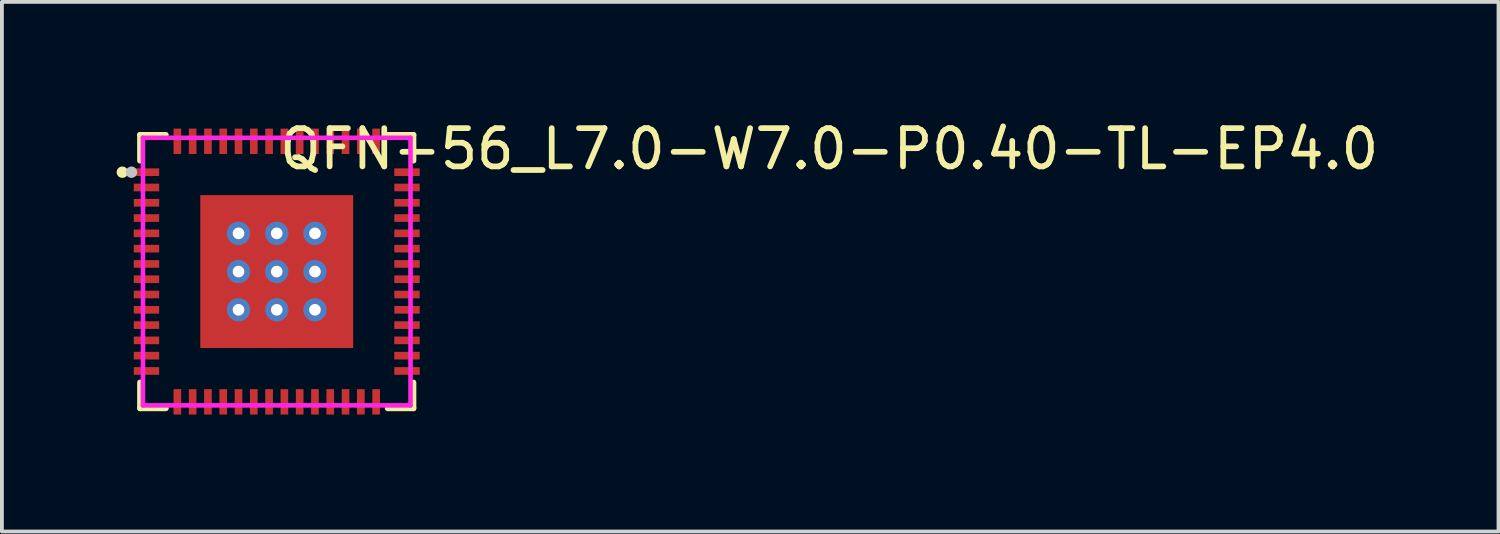
<source format=kicad_pcb>
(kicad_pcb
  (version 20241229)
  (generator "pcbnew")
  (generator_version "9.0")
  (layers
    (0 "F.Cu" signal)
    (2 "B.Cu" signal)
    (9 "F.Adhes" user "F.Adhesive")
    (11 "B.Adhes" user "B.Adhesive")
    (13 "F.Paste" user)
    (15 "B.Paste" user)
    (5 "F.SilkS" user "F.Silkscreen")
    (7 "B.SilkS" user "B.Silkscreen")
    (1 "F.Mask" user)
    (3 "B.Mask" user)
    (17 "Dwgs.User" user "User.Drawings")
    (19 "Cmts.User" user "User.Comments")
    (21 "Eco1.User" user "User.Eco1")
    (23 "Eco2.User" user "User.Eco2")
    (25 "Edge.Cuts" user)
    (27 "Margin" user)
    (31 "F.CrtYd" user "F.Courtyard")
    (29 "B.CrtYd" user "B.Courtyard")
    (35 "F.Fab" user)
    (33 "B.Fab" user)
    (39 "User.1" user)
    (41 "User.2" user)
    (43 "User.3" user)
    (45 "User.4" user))
  (footprint "QFN-56_L7.0-W7.0-P0.40-TL-EP4.0"
    (layer "F.Cu")
    (at 4.19 4.055)
    (property "Reference" "QFN-56_L7.0-W7.0-P0.40-TL-EP4.0" (at 0 -3.207 0) (layer "F.SilkS") (effects (font (size 1 1) (thickness 0.15)) (justify left)))
    (attr through_hole)
    (fp_line (start -3.576 -3.576) (end -3.576 -2.903) (stroke (width 0.152) (type solid)) (layer "F.SilkS"))
    (fp_line (start -3.576 3.576) (end -3.576 2.902) (stroke (width 0.152) (type solid)) (layer "F.SilkS"))
    (fp_line (start -2.902 -3.576) (end -3.576 -3.576) (stroke (width 0.152) (type solid)) (layer "F.SilkS"))
    (fp_line (start -2.902 3.576) (end -3.576 3.576) (stroke (width 0.152) (type solid)) (layer "F.SilkS"))
    (fp_line (start 2.903 -3.576) (end 3.576 -3.576) (stroke (width 0.152) (type solid)) (layer "F.SilkS"))
    (fp_line (start 2.903 3.576) (end 3.576 3.576) (stroke (width 0.152) (type solid)) (layer "F.SilkS"))
    (fp_line (start 3.576 -3.576) (end 3.576 -2.903) (stroke (width 0.152) (type solid)) (layer "F.SilkS"))
    (fp_line (start 3.576 3.576) (end 3.576 2.902) (stroke (width 0.152) (type solid)) (layer "F.SilkS"))
    (fp_circle (center -4.04 -2.6) (end -3.965 -2.6) (stroke (width 0.15) (type solid)) (fill no) (layer "F.SilkS"))
    (fp_poly (pts (xy -3.74 -2.7) (xy -3.74 -2.5) (xy -3.075 -2.5) (xy -3.075 -2.7)) (stroke (width 0.12) (type solid)) (fill yes) (layer "F.Paste"))
    (fp_poly (pts (xy -3.74 -2.3) (xy -3.74 -2.1) (xy -3.075 -2.1) (xy -3.075 -2.3)) (stroke (width 0.12) (type solid)) (fill yes) (layer "F.Paste"))
    (fp_poly (pts (xy -3.74 -1.9) (xy -3.74 -1.7) (xy -3.075 -1.7) (xy -3.075 -1.9)) (stroke (width 0.12) (type solid)) (fill yes) (layer "F.Paste"))
    (fp_poly (pts (xy -3.74 -1.1) (xy -3.74 -0.9) (xy -3.075 -0.9) (xy -3.075 -1.1)) (stroke (width 0.12) (type solid)) (fill yes) (layer "F.Paste"))
    (fp_poly (pts (xy -3.74 -0.7) (xy -3.74 -0.5) (xy -3.075 -0.5) (xy -3.075 -0.7)) (stroke (width 0.12) (type solid)) (fill yes) (layer "F.Paste"))
    (fp_poly (pts (xy -3.74 -0.3) (xy -3.74 -0.1) (xy -3.075 -0.1) (xy -3.075 -0.3)) (stroke (width 0.12) (type solid)) (fill yes) (layer "F.Paste"))
    (fp_poly (pts (xy -3.74 0.1) (xy -3.74 0.3) (xy -3.075 0.3) (xy -3.075 0.1)) (stroke (width 0.12) (type solid)) (fill yes) (layer "F.Paste"))
    (fp_poly (pts (xy -3.74 0.5) (xy -3.74 0.7) (xy -3.075 0.7) (xy -3.075 0.5)) (stroke (width 0.12) (type solid)) (fill yes) (layer "F.Paste"))
    (fp_poly (pts (xy -3.74 0.9) (xy -3.74 1.1) (xy -3.075 1.1) (xy -3.075 0.9)) (stroke (width 0.12) (type solid)) (fill yes) (layer "F.Paste"))
    (fp_poly (pts (xy -3.74 1.7) (xy -3.74 1.9) (xy -3.075 1.9) (xy -3.075 1.7)) (stroke (width 0.12) (type solid)) (fill yes) (layer "F.Paste"))
    (fp_poly (pts (xy -3.74 2.1) (xy -3.74 2.3) (xy -3.075 2.3) (xy -3.075 2.1)) (stroke (width 0.12) (type solid)) (fill yes) (layer "F.Paste"))
    (fp_poly (pts (xy -3.74 2.5) (xy -3.74 2.7) (xy -3.075 2.7) (xy -3.075 2.5)) (stroke (width 0.12) (type solid)) (fill yes) (layer "F.Paste"))
    (fp_poly (pts (xy -3.075 -1.3) (xy -3.075 -1.5) (xy -3.74 -1.5) (xy -3.74 -1.3)) (stroke (width 0.12) (type solid)) (fill yes) (layer "F.Paste"))
    (fp_poly (pts (xy -3.075 1.5) (xy -3.075 1.3) (xy -3.74 1.3) (xy -3.74 1.5)) (stroke (width 0.12) (type solid)) (fill yes) (layer "F.Paste"))
    (fp_poly (pts (xy -2.7 3.075) (xy -2.7 3.74) (xy -2.5 3.74) (xy -2.5 3.075)) (stroke (width 0.12) (type solid)) (fill yes) (layer "F.Paste"))
    (fp_poly (pts (xy -2.5 -3.075) (xy -2.5 -3.74) (xy -2.7 -3.74) (xy -2.7 -3.075)) (stroke (width 0.12) (type solid)) (fill yes) (layer "F.Paste"))
    (fp_poly (pts (xy -2.3 3.075) (xy -2.3 3.74) (xy -2.1 3.74) (xy -2.1 3.075)) (stroke (width 0.12) (type solid)) (fill yes) (layer "F.Paste"))
    (fp_poly (pts (xy -2.1 -3.075) (xy -2.1 -3.74) (xy -2.3 -3.74) (xy -2.3 -3.075)) (stroke (width 0.12) (type solid)) (fill yes) (layer "F.Paste"))
    (fp_poly (pts (xy -1.7 -3.075) (xy -1.7 -3.74) (xy -1.9 -3.74) (xy -1.9 -3.075)) (stroke (width 0.12) (type solid)) (fill yes) (layer "F.Paste"))
    (fp_poly (pts (xy -1.7 3.74) (xy -1.7 3.075) (xy -1.9 3.075) (xy -1.9 3.74)) (stroke (width 0.12) (type solid)) (fill yes) (layer "F.Paste"))
    (fp_poly (pts (xy -1.6 -1.6) (xy 1.6 -1.6) (xy 1.6 1.6) (xy -1.6 1.6)) (stroke (width 0.12) (type solid)) (fill yes) (layer "F.Paste"))
    (fp_poly (pts (xy -1.3 -3.075) (xy -1.3 -3.74) (xy -1.5 -3.74) (xy -1.5 -3.075)) (stroke (width 0.12) (type solid)) (fill yes) (layer "F.Paste"))
    (fp_poly (pts (xy -1.3 3.74) (xy -1.3 3.075) (xy -1.5 3.075) (xy -1.5 3.74)) (stroke (width 0.12) (type solid)) (fill yes) (layer "F.Paste"))
    (fp_poly (pts (xy -0.9 -3.075) (xy -0.9 -3.74) (xy -1.1 -3.74) (xy -1.1 -3.075)) (stroke (width 0.12) (type solid)) (fill yes) (layer "F.Paste"))
    (fp_poly (pts (xy -0.9 3.74) (xy -0.9 3.075) (xy -1.1 3.075) (xy -1.1 3.74)) (stroke (width 0.12) (type solid)) (fill yes) (layer "F.Paste"))
    (fp_poly (pts (xy -0.7 -3.74) (xy -0.7 -3.075) (xy -0.5 -3.075) (xy -0.5 -3.74)) (stroke (width 0.12) (type solid)) (fill yes) (layer "F.Paste"))
    (fp_poly (pts (xy -0.5 3.74) (xy -0.5 3.075) (xy -0.7 3.075) (xy -0.7 3.74)) (stroke (width 0.12) (type solid)) (fill yes) (layer "F.Paste"))
    (fp_poly (pts (xy -0.3 -3.74) (xy -0.3 -3.075) (xy -0.1 -3.075) (xy -0.1 -3.74)) (stroke (width 0.12) (type solid)) (fill yes) (layer "F.Paste"))
    (fp_poly (pts (xy -0.1 3.74) (xy -0.1 3.075) (xy -0.3 3.075) (xy -0.3 3.74)) (stroke (width 0.12) (type solid)) (fill yes) (layer "F.Paste"))
    (fp_poly (pts (xy 0.1 3.075) (xy 0.1 3.74) (xy 0.3 3.74) (xy 0.3 3.075)) (stroke (width 0.12) (type solid)) (fill yes) (layer "F.Paste"))
    (fp_poly (pts (xy 0.3 -3.075) (xy 0.3 -3.74) (xy 0.1 -3.74) (xy 0.1 -3.075)) (stroke (width 0.12) (type solid)) (fill yes) (layer "F.Paste"))
    (fp_poly (pts (xy 0.5 3.075) (xy 0.5 3.74) (xy 0.7 3.74) (xy 0.7 3.075)) (stroke (width 0.12) (type solid)) (fill yes) (layer "F.Paste"))
    (fp_poly (pts (xy 0.7 -3.075) (xy 0.7 -3.74) (xy 0.5 -3.74) (xy 0.5 -3.075)) (stroke (width 0.12) (type solid)) (fill yes) (layer "F.Paste"))
    (fp_poly (pts (xy 1.1 -3.075) (xy 1.1 -3.74) (xy 0.9 -3.74) (xy 0.9 -3.075)) (stroke (width 0.12) (type solid)) (fill yes) (layer "F.Paste"))
    (fp_poly (pts (xy 1.1 3.74) (xy 1.1 3.075) (xy 0.9 3.075) (xy 0.9 3.74)) (stroke (width 0.12) (type solid)) (fill yes) (layer "F.Paste"))
    (fp_poly (pts (xy 1.5 -3.075) (xy 1.5 -3.74) (xy 1.3 -3.74) (xy 1.3 -3.075)) (stroke (width 0.12) (type solid)) (fill yes) (layer "F.Paste"))
    (fp_poly (pts (xy 1.5 3.74) (xy 1.5 3.075) (xy 1.3 3.075) (xy 1.3 3.74)) (stroke (width 0.12) (type solid)) (fill yes) (layer "F.Paste"))
    (fp_poly (pts (xy 1.9 -3.075) (xy 1.9 -3.74) (xy 1.7 -3.74) (xy 1.7 -3.075)) (stroke (width 0.12) (type solid)) (fill yes) (layer "F.Paste"))
    (fp_poly (pts (xy 1.9 3.74) (xy 1.9 3.075) (xy 1.7 3.075) (xy 1.7 3.74)) (stroke (width 0.12) (type solid)) (fill yes) (layer "F.Paste"))
    (fp_poly (pts (xy 2.1 -3.74) (xy 2.1 -3.075) (xy 2.3 -3.075) (xy 2.3 -3.74)) (stroke (width 0.12) (type solid)) (fill yes) (layer "F.Paste"))
    (fp_poly (pts (xy 2.3 3.74) (xy 2.3 3.075) (xy 2.1 3.075) (xy 2.1 3.74)) (stroke (width 0.12) (type solid)) (fill yes) (layer "F.Paste"))
    (fp_poly (pts (xy 2.5 -3.74) (xy 2.5 -3.075) (xy 2.7 -3.075) (xy 2.7 -3.74)) (stroke (width 0.12) (type solid)) (fill yes) (layer "F.Paste"))
    (fp_poly (pts (xy 2.7 3.74) (xy 2.7 3.075) (xy 2.5 3.075) (xy 2.5 3.74)) (stroke (width 0.12) (type solid)) (fill yes) (layer "F.Paste"))
    (fp_poly (pts (xy 3.74 -2.5) (xy 3.74 -2.7) (xy 3.075 -2.7) (xy 3.075 -2.5)) (stroke (width 0.12) (type solid)) (fill yes) (layer "F.Paste"))
    (fp_poly (pts (xy 3.74 -2.1) (xy 3.74 -2.3) (xy 3.075 -2.3) (xy 3.075 -2.1)) (stroke (width 0.12) (type solid)) (fill yes) (layer "F.Paste"))
    (fp_poly (pts (xy 3.74 -1.7) (xy 3.74 -1.9) (xy 3.075 -1.9) (xy 3.075 -1.7)) (stroke (width 0.12) (type solid)) (fill yes) (layer "F.Paste"))
    (fp_poly (pts (xy 3.74 -1.3) (xy 3.74 -1.5) (xy 3.075 -1.5) (xy 3.075 -1.3)) (stroke (width 0.12) (type solid)) (fill yes) (layer "F.Paste"))
    (fp_poly (pts (xy 3.74 -0.9) (xy 3.74 -1.1) (xy 3.075 -1.1) (xy 3.075 -0.9)) (stroke (width 0.12) (type solid)) (fill yes) (layer "F.Paste"))
    (fp_poly (pts (xy 3.74 -0.5) (xy 3.74 -0.7) (xy 3.075 -0.7) (xy 3.075 -0.5)) (stroke (width 0.12) (type solid)) (fill yes) (layer "F.Paste"))
    (fp_poly (pts (xy 3.74 -0.1) (xy 3.74 -0.3) (xy 3.075 -0.3) (xy 3.075 -0.1)) (stroke (width 0.12) (type solid)) (fill yes) (layer "F.Paste"))
    (fp_poly (pts (xy 3.74 0.3) (xy 3.74 0.1) (xy 3.075 0.1) (xy 3.075 0.3)) (stroke (width 0.12) (type solid)) (fill yes) (layer "F.Paste"))
    (fp_poly (pts (xy 3.74 0.7) (xy 3.74 0.5) (xy 3.075 0.5) (xy 3.075 0.7)) (stroke (width 0.12) (type solid)) (fill yes) (layer "F.Paste"))
    (fp_poly (pts (xy 3.74 1.1) (xy 3.74 0.9) (xy 3.075 0.9) (xy 3.075 1.1)) (stroke (width 0.12) (type solid)) (fill yes) (layer "F.Paste"))
    (fp_poly (pts (xy 3.74 1.5) (xy 3.74 1.3) (xy 3.075 1.3) (xy 3.075 1.5)) (stroke (width 0.12) (type solid)) (fill yes) (layer "F.Paste"))
    (fp_poly (pts (xy 3.74 1.9) (xy 3.74 1.7) (xy 3.075 1.7) (xy 3.075 1.9)) (stroke (width 0.12) (type solid)) (fill yes) (layer "F.Paste"))
    (fp_poly (pts (xy 3.74 2.3) (xy 3.74 2.1) (xy 3.075 2.1) (xy 3.075 2.3)) (stroke (width 0.12) (type solid)) (fill yes) (layer "F.Paste"))
    (fp_poly (pts (xy 3.74 2.7) (xy 3.74 2.5) (xy 3.075 2.5) (xy 3.075 2.7)) (stroke (width 0.12) (type solid)) (fill yes) (layer "F.Paste"))
    (fp_circle (center -3.8 -2.6) (end -3.725 -2.6) (stroke (width 0.15) (type solid)) (fill no) (layer "Dwgs.User"))
    (fp_circle (center -3.5 -3.5) (end -3.47 -3.5) (stroke (width 0.06) (type solid)) (fill no) (layer "Eco2.User"))
    (fp_poly (pts (xy -3.5 -2.7) (xy -3.1 -2.7) (xy -3.1 -2.5) (xy -3.5 -2.5)) (stroke (width 0.12) (type solid)) (fill no) (layer "Eco2.User"))
    (fp_poly (pts (xy -3.5 -2.3) (xy -3.1 -2.3) (xy -3.1 -2.1) (xy -3.5 -2.1)) (stroke (width 0.12) (type solid)) (fill no) (layer "Eco2.User"))
    (fp_poly (pts (xy -3.5 -1.9) (xy -3.1 -1.9) (xy -3.1 -1.7) (xy -3.5 -1.7)) (stroke (width 0.12) (type solid)) (fill no) (layer "Eco2.User"))
    (fp_poly (pts (xy -3.5 -1.5) (xy -3.1 -1.5) (xy -3.1 -1.3) (xy -3.5 -1.3)) (stroke (width 0.12) (type solid)) (fill no) (layer "Eco2.User"))
    (fp_poly (pts (xy -3.5 -1.1) (xy -3.1 -1.1) (xy -3.1 -0.9) (xy -3.5 -0.9)) (stroke (width 0.12) (type solid)) (fill no) (layer "Eco2.User"))
    (fp_poly (pts (xy -3.5 -0.7) (xy -3.1 -0.7) (xy -3.1 -0.5) (xy -3.5 -0.5)) (stroke (width 0.12) (type solid)) (fill no) (layer "Eco2.User"))
    (fp_poly (pts (xy -3.5 -0.3) (xy -3.1 -0.3) (xy -3.1 -0.1) (xy -3.5 -0.1)) (stroke (width 0.12) (type solid)) (fill no) (layer "Eco2.User"))
    (fp_poly (pts (xy -3.5 0.1) (xy -3.1 0.1) (xy -3.1 0.3) (xy -3.5 0.3)) (stroke (width 0.12) (type solid)) (fill no) (layer "Eco2.User"))
    (fp_poly (pts (xy -3.5 0.5) (xy -3.1 0.5) (xy -3.1 0.7) (xy -3.5 0.7)) (stroke (width 0.12) (type solid)) (fill no) (layer "Eco2.User"))
    (fp_poly (pts (xy -3.5 0.9) (xy -3.1 0.9) (xy -3.1 1.1) (xy -3.5 1.1)) (stroke (width 0.12) (type solid)) (fill no) (layer "Eco2.User"))
    (fp_poly (pts (xy -3.5 1.3) (xy -3.1 1.3) (xy -3.1 1.5) (xy -3.5 1.5)) (stroke (width 0.12) (type solid)) (fill no) (layer "Eco2.User"))
    (fp_poly (pts (xy -3.5 1.7) (xy -3.1 1.7) (xy -3.1 1.9) (xy -3.5 1.9)) (stroke (width 0.12) (type solid)) (fill no) (layer "Eco2.User"))
    (fp_poly (pts (xy -3.5 2.1) (xy -3.1 2.1) (xy -3.1 2.3) (xy -3.5 2.3)) (stroke (width 0.12) (type solid)) (fill no) (layer "Eco2.User"))
    (fp_poly (pts (xy -3.5 2.5) (xy -3.1 2.5) (xy -3.1 2.7) (xy -3.5 2.7)) (stroke (width 0.12) (type solid)) (fill no) (layer "Eco2.User"))
    (fp_poly (pts (xy -2.7 -3.1) (xy -2.5 -3.1) (xy -2.5 -3.5) (xy -2.7 -3.5)) (stroke (width 0.12) (type solid)) (fill no) (layer "Eco2.User"))
    (fp_poly (pts (xy -2.7 3.1) (xy -2.5 3.1) (xy -2.5 3.5) (xy -2.7 3.5)) (stroke (width 0.12) (type solid)) (fill no) (layer "Eco2.User"))
    (fp_poly (pts (xy -2.3 -3.1) (xy -2.1 -3.1) (xy -2.1 -3.5) (xy -2.3 -3.5)) (stroke (width 0.12) (type solid)) (fill no) (layer "Eco2.User"))
    (fp_poly (pts (xy -2.3 3.1) (xy -2.1 3.1) (xy -2.1 3.5) (xy -2.3 3.5)) (stroke (width 0.12) (type solid)) (fill no) (layer "Eco2.User"))
    (fp_poly (pts (xy -2 -2) (xy 2 -2) (xy 2 2) (xy -2 2)) (stroke (width 0.12) (type solid)) (fill no) (layer "Eco2.User"))
    (fp_poly (pts (xy -1.9 -3.1) (xy -1.7 -3.1) (xy -1.7 -3.5) (xy -1.9 -3.5)) (stroke (width 0.12) (type solid)) (fill no) (layer "Eco2.User"))
    (fp_poly (pts (xy -1.9 3.1) (xy -1.7 3.1) (xy -1.7 3.5) (xy -1.9 3.5)) (stroke (width 0.12) (type solid)) (fill no) (layer "Eco2.User"))
    (fp_poly (pts (xy -1.5 -3.1) (xy -1.3 -3.1) (xy -1.3 -3.5) (xy -1.5 -3.5)) (stroke (width 0.12) (type solid)) (fill no) (layer "Eco2.User"))
    (fp_poly (pts (xy -1.5 3.1) (xy -1.3 3.1) (xy -1.3 3.5) (xy -1.5 3.5)) (stroke (width 0.12) (type solid)) (fill no) (layer "Eco2.User"))
    (fp_poly (pts (xy -1.1 -3.1) (xy -0.9 -3.1) (xy -0.9 -3.5) (xy -1.1 -3.5)) (stroke (width 0.12) (type solid)) (fill no) (layer "Eco2.User"))
    (fp_poly (pts (xy -1.1 3.1) (xy -0.9 3.1) (xy -0.9 3.5) (xy -1.1 3.5)) (stroke (width 0.12) (type solid)) (fill no) (layer "Eco2.User"))
    (fp_poly (pts (xy -0.7 -3.1) (xy -0.5 -3.1) (xy -0.5 -3.5) (xy -0.7 -3.5)) (stroke (width 0.12) (type solid)) (fill no) (layer "Eco2.User"))
    (fp_poly (pts (xy -0.7 3.1) (xy -0.5 3.1) (xy -0.5 3.5) (xy -0.7 3.5)) (stroke (width 0.12) (type solid)) (fill no) (layer "Eco2.User"))
    (fp_poly (pts (xy -0.3 -3.1) (xy -0.1 -3.1) (xy -0.1 -3.5) (xy -0.3 -3.5)) (stroke (width 0.12) (type solid)) (fill no) (layer "Eco2.User"))
    (fp_poly (pts (xy -0.3 3.1) (xy -0.1 3.1) (xy -0.1 3.5) (xy -0.3 3.5)) (stroke (width 0.12) (type solid)) (fill no) (layer "Eco2.User"))
    (fp_poly (pts (xy 0.1 -3.1) (xy 0.3 -3.1) (xy 0.3 -3.5) (xy 0.1 -3.5)) (stroke (width 0.12) (type solid)) (fill no) (layer "Eco2.User"))
    (fp_poly (pts (xy 0.1 3.1) (xy 0.3 3.1) (xy 0.3 3.5) (xy 0.1 3.5)) (stroke (width 0.12) (type solid)) (fill no) (layer "Eco2.User"))
    (fp_poly (pts (xy 0.5 -3.1) (xy 0.7 -3.1) (xy 0.7 -3.5) (xy 0.5 -3.5)) (stroke (width 0.12) (type solid)) (fill no) (layer "Eco2.User"))
    (fp_poly (pts (xy 0.5 3.1) (xy 0.7 3.1) (xy 0.7 3.5) (xy 0.5 3.5)) (stroke (width 0.12) (type solid)) (fill no) (layer "Eco2.User"))
    (fp_poly (pts (xy 0.9 -3.1) (xy 1.1 -3.1) (xy 1.1 -3.5) (xy 0.9 -3.5)) (stroke (width 0.12) (type solid)) (fill no) (layer "Eco2.User"))
    (fp_poly (pts (xy 0.9 3.1) (xy 1.1 3.1) (xy 1.1 3.5) (xy 0.9 3.5)) (stroke (width 0.12) (type solid)) (fill no) (layer "Eco2.User"))
    (fp_poly (pts (xy 1.3 -3.1) (xy 1.5 -3.1) (xy 1.5 -3.5) (xy 1.3 -3.5)) (stroke (width 0.12) (type solid)) (fill no) (layer "Eco2.User"))
    (fp_poly (pts (xy 1.3 3.1) (xy 1.5 3.1) (xy 1.5 3.5) (xy 1.3 3.5)) (stroke (width 0.12) (type solid)) (fill no) (layer "Eco2.User"))
    (fp_poly (pts (xy 1.7 -3.1) (xy 1.9 -3.1) (xy 1.9 -3.5) (xy 1.7 -3.5)) (stroke (width 0.12) (type solid)) (fill no) (layer "Eco2.User"))
    (fp_poly (pts (xy 1.7 3.1) (xy 1.9 3.1) (xy 1.9 3.5) (xy 1.7 3.5)) (stroke (width 0.12) (type solid)) (fill no) (layer "Eco2.User"))
    (fp_poly (pts (xy 2.1 -3.1) (xy 2.3 -3.1) (xy 2.3 -3.5) (xy 2.1 -3.5)) (stroke (width 0.12) (type solid)) (fill no) (layer "Eco2.User"))
    (fp_poly (pts (xy 2.1 3.1) (xy 2.3 3.1) (xy 2.3 3.5) (xy 2.1 3.5)) (stroke (width 0.12) (type solid)) (fill no) (layer "Eco2.User"))
    (fp_poly (pts (xy 2.5 -3.1) (xy 2.7 -3.1) (xy 2.7 -3.5) (xy 2.5 -3.5)) (stroke (width 0.12) (type solid)) (fill no) (layer "Eco2.User"))
    (fp_poly (pts (xy 2.5 3.1) (xy 2.7 3.1) (xy 2.7 3.5) (xy 2.5 3.5)) (stroke (width 0.12) (type solid)) (fill no) (layer "Eco2.User"))
    (fp_poly (pts (xy 3.5 -2.7) (xy 3.1 -2.7) (xy 3.1 -2.5) (xy 3.5 -2.5)) (stroke (width 0.12) (type solid)) (fill no) (layer "Eco2.User"))
    (fp_poly (pts (xy 3.5 -2.3) (xy 3.1 -2.3) (xy 3.1 -2.1) (xy 3.5 -2.1)) (stroke (width 0.12) (type solid)) (fill no) (layer "Eco2.User"))
    (fp_poly (pts (xy 3.5 -1.9) (xy 3.1 -1.9) (xy 3.1 -1.7) (xy 3.5 -1.7)) (stroke (width 0.12) (type solid)) (fill no) (layer "Eco2.User"))
    (fp_poly (pts (xy 3.5 -1.5) (xy 3.1 -1.5) (xy 3.1 -1.3) (xy 3.5 -1.3)) (stroke (width 0.12) (type solid)) (fill no) (layer "Eco2.User"))
    (fp_poly (pts (xy 3.5 -1.1) (xy 3.1 -1.1) (xy 3.1 -0.9) (xy 3.5 -0.9)) (stroke (width 0.12) (type solid)) (fill no) (layer "Eco2.User"))
    (fp_poly (pts (xy 3.5 -0.7) (xy 3.1 -0.7) (xy 3.1 -0.5) (xy 3.5 -0.5)) (stroke (width 0.12) (type solid)) (fill no) (layer "Eco2.User"))
    (fp_poly (pts (xy 3.5 -0.3) (xy 3.1 -0.3) (xy 3.1 -0.1) (xy 3.5 -0.1)) (stroke (width 0.12) (type solid)) (fill no) (layer "Eco2.User"))
    (fp_poly (pts (xy 3.5 0.1) (xy 3.1 0.1) (xy 3.1 0.3) (xy 3.5 0.3)) (stroke (width 0.12) (type solid)) (fill no) (layer "Eco2.User"))
    (fp_poly (pts (xy 3.5 0.5) (xy 3.1 0.5) (xy 3.1 0.7) (xy 3.5 0.7)) (stroke (width 0.12) (type solid)) (fill no) (layer "Eco2.User"))
    (fp_poly (pts (xy 3.5 0.9) (xy 3.1 0.9) (xy 3.1 1.1) (xy 3.5 1.1)) (stroke (width 0.12) (type solid)) (fill no) (layer "Eco2.User"))
    (fp_poly (pts (xy 3.5 1.3) (xy 3.1 1.3) (xy 3.1 1.5) (xy 3.5 1.5)) (stroke (width 0.12) (type solid)) (fill no) (layer "Eco2.User"))
    (fp_poly (pts (xy 3.5 1.7) (xy 3.1 1.7) (xy 3.1 1.9) (xy 3.5 1.9)) (stroke (width 0.12) (type solid)) (fill no) (layer "Eco2.User"))
    (fp_poly (pts (xy 3.5 2.1) (xy 3.1 2.1) (xy 3.1 2.3) (xy 3.5 2.3)) (stroke (width 0.12) (type solid)) (fill no) (layer "Eco2.User"))
    (fp_poly (pts (xy 3.5 2.5) (xy 3.1 2.5) (xy 3.1 2.7) (xy 3.5 2.7)) (stroke (width 0.12) (type solid)) (fill no) (layer "Eco2.User"))
    (fp_line (start -3.5 -3.5) (end 3.5 -3.5) (stroke (width 0.12) (type solid)) (layer "F.CrtYd"))
    (fp_line (start -3.5 3.5) (end -3.5 -3.5) (stroke (width 0.12) (type solid)) (layer "F.CrtYd"))
    (fp_line (start 3.5 -3.5) (end 3.5 3.5) (stroke (width 0.12) (type solid)) (layer "F.CrtYd"))
    (fp_line (start 3.5 3.5) (end -3.5 3.5) (stroke (width 0.12) (type solid)) (layer "F.CrtYd"))
    (pad "" thru_hole circle (at -1 -1) (size 0.61 0.61) (drill 0.304) (layers "*.Cu" "*.Mask"))
    (pad "" thru_hole circle (at -1 0) (size 0.61 0.61) (drill 0.304) (layers "*.Cu" "*.Mask"))
    (pad "" thru_hole circle (at -1 1) (size 0.61 0.61) (drill 0.304) (layers "*.Cu" "*.Mask"))
    (pad "" thru_hole circle (at 0 -1) (size 0.61 0.61) (drill 0.304) (layers "*.Cu" "*.Mask"))
    (pad "" thru_hole circle (at 0 0) (size 0.61 0.61) (drill 0.304) (layers "*.Cu" "*.Mask"))
    (pad "" thru_hole circle (at 0.001 1) (size 0.61 0.61) (drill 0.304) (layers "*.Cu" "*.Mask"))
    (pad "" thru_hole circle (at 1 -1) (size 0.61 0.61) (drill 0.304) (layers "*.Cu" "*.Mask"))
    (pad "" thru_hole circle (at 1 0) (size 0.61 0.61) (drill 0.304) (layers "*.Cu" "*.Mask"))
    (pad "" thru_hole circle (at 1 1) (size 0.61 0.61) (drill 0.304) (layers "*.Cu" "*.Mask"))
    (pad "1" smd rect (at -3.408 -2.6) (size 0.665 0.2) (layers "F.Cu" "F.Mask" "F.Paste"))
    (pad "2" smd rect (at -3.408 -2.2) (size 0.665 0.2) (layers "F.Cu" "F.Mask" "F.Paste"))
    (pad "3" smd rect (at -3.408 -1.8) (size 0.665 0.2) (layers "F.Cu" "F.Mask" "F.Paste"))
    (pad "4" smd rect (at -3.408 -1.4) (size 0.665 0.2) (layers "F.Cu" "F.Mask" "F.Paste"))
    (pad "5" smd rect (at -3.408 -1) (size 0.665 0.2) (layers "F.Cu" "F.Mask" "F.Paste"))
    (pad "6" smd rect (at -3.408 -0.6) (size 0.665 0.2) (layers "F.Cu" "F.Mask" "F.Paste"))
    (pad "7" smd rect (at -3.408 -0.2) (size 0.665 0.2) (layers "F.Cu" "F.Mask" "F.Paste"))
    (pad "8" smd rect (at -3.408 0.2) (size 0.665 0.2) (layers "F.Cu" "F.Mask" "F.Paste"))
    (pad "9" smd rect (at -3.408 0.6) (size 0.665 0.2) (layers "F.Cu" "F.Mask" "F.Paste"))
    (pad "10" smd rect (at -3.408 1) (size 0.665 0.2) (layers "F.Cu" "F.Mask" "F.Paste"))
    (pad "11" smd rect (at -3.408 1.4) (size 0.665 0.2) (layers "F.Cu" "F.Mask" "F.Paste"))
    (pad "12" smd rect (at -3.408 1.8) (size 0.665 0.2) (layers "F.Cu" "F.Mask" "F.Paste"))
    (pad "13" smd rect (at -3.408 2.2) (size 0.665 0.2) (layers "F.Cu" "F.Mask" "F.Paste"))
    (pad "14" smd rect (at -3.408 2.6) (size 0.665 0.2) (layers "F.Cu" "F.Mask" "F.Paste"))
    (pad "15" smd rect (at -2.6 3.408) (size 0.2 0.665) (layers "F.Cu" "F.Mask" "F.Paste"))
    (pad "16" smd rect (at -2.2 3.408) (size 0.2 0.665) (layers "F.Cu" "F.Mask" "F.Paste"))
    (pad "17" smd rect (at -1.8 3.408) (size 0.2 0.665) (layers "F.Cu" "F.Mask" "F.Paste"))
    (pad "18" smd rect (at -1.4 3.408) (size 0.2 0.665) (layers "F.Cu" "F.Mask" "F.Paste"))
    (pad "19" smd rect (at -1 3.408) (size 0.2 0.665) (layers "F.Cu" "F.Mask" "F.Paste"))
    (pad "20" smd rect (at -0.6 3.408) (size 0.2 0.665) (layers "F.Cu" "F.Mask" "F.Paste"))
    (pad "21" smd rect (at -0.2 3.408) (size 0.2 0.665) (layers "F.Cu" "F.Mask" "F.Paste"))
    (pad "22" smd rect (at 0.2 3.408) (size 0.2 0.665) (layers "F.Cu" "F.Mask" "F.Paste"))
    (pad "23" smd rect (at 0.6 3.408) (size 0.2 0.665) (layers "F.Cu" "F.Mask" "F.Paste"))
    (pad "24" smd rect (at 1 3.408) (size 0.2 0.665) (layers "F.Cu" "F.Mask" "F.Paste"))
    (pad "25" smd rect (at 1.4 3.408) (size 0.2 0.665) (layers "F.Cu" "F.Mask" "F.Paste"))
    (pad "26" smd rect (at 1.8 3.408) (size 0.2 0.665) (layers "F.Cu" "F.Mask" "F.Paste"))
    (pad "27" smd rect (at 2.2 3.408) (size 0.2 0.665) (layers "F.Cu" "F.Mask" "F.Paste"))
    (pad "28" smd rect (at 2.6 3.408) (size 0.2 0.665) (layers "F.Cu" "F.Mask" "F.Paste"))
    (pad "29" smd rect (at 3.408 2.6) (size 0.665 0.2) (layers "F.Cu" "F.Mask" "F.Paste"))
    (pad "30" smd rect (at 3.408 2.2) (size 0.665 0.2) (layers "F.Cu" "F.Mask" "F.Paste"))
    (pad "31" smd rect (at 3.408 1.8) (size 0.665 0.2) (layers "F.Cu" "F.Mask" "F.Paste"))
    (pad "32" smd rect (at 3.408 1.4) (size 0.665 0.2) (layers "F.Cu" "F.Mask" "F.Paste"))
    (pad "33" smd rect (at 3.408 1) (size 0.665 0.2) (layers "F.Cu" "F.Mask" "F.Paste"))
    (pad "34" smd rect (at 3.408 0.6) (size 0.665 0.2) (layers "F.Cu" "F.Mask" "F.Paste"))
    (pad "35" smd rect (at 3.408 0.2) (size 0.665 0.2) (layers "F.Cu" "F.Mask" "F.Paste"))
    (pad "36" smd rect (at 3.408 -0.2) (size 0.665 0.2) (layers "F.Cu" "F.Mask" "F.Paste"))
    (pad "37" smd rect (at 3.408 -0.6) (size 0.665 0.2) (layers "F.Cu" "F.Mask" "F.Paste"))
    (pad "38" smd rect (at 3.408 -1) (size 0.665 0.2) (layers "F.Cu" "F.Mask" "F.Paste"))
    (pad "39" smd rect (at 3.408 -1.4) (size 0.665 0.2) (layers "F.Cu" "F.Mask" "F.Paste"))
    (pad "40" smd rect (at 3.408 -1.8) (size 0.665 0.2) (layers "F.Cu" "F.Mask" "F.Paste"))
    (pad "41" smd rect (at 3.408 -2.2) (size 0.665 0.2) (layers "F.Cu" "F.Mask" "F.Paste"))
    (pad "42" smd rect (at 3.408 -2.6) (size 0.665 0.2) (layers "F.Cu" "F.Mask" "F.Paste"))
    (pad "43" smd rect (at 2.6 -3.408) (size 0.2 0.665) (layers "F.Cu" "F.Mask" "F.Paste"))
    (pad "44" smd rect (at 2.2 -3.408) (size 0.2 0.665) (layers "F.Cu" "F.Mask" "F.Paste"))
    (pad "45" smd rect (at 1.8 -3.408) (size 0.2 0.665) (layers "F.Cu" "F.Mask" "F.Paste"))
    (pad "46" smd rect (at 1.4 -3.408) (size 0.2 0.665) (layers "F.Cu" "F.Mask" "F.Paste"))
    (pad "47" smd rect (at 1 -3.408) (size 0.2 0.665) (layers "F.Cu" "F.Mask" "F.Paste"))
    (pad "48" smd rect (at 0.6 -3.408) (size 0.2 0.665) (layers "F.Cu" "F.Mask" "F.Paste"))
    (pad "49" smd rect (at 0.2 -3.408) (size 0.2 0.665) (layers "F.Cu" "F.Mask" "F.Paste"))
    (pad "50" smd rect (at -0.2 -3.408) (size 0.2 0.665) (layers "F.Cu" "F.Mask" "F.Paste"))
    (pad "51" smd rect (at -0.6 -3.408) (size 0.2 0.665) (layers "F.Cu" "F.Mask" "F.Paste"))
    (pad "52" smd rect (at -1 -3.408) (size 0.2 0.665) (layers "F.Cu" "F.Mask" "F.Paste"))
    (pad "53" smd rect (at -1.4 -3.408) (size 0.2 0.665) (layers "F.Cu" "F.Mask" "F.Paste"))
    (pad "54" smd rect (at -1.8 -3.408) (size 0.2 0.665) (layers "F.Cu" "F.Mask" "F.Paste"))
    (pad "55" smd rect (at -2.2 -3.408) (size 0.2 0.665) (layers "F.Cu" "F.Mask" "F.Paste"))
    (pad "56" smd rect (at -2.6 -3.408) (size 0.2 0.665) (layers "F.Cu" "F.Mask" "F.Paste"))
    (pad "57" smd rect (at 0 0) (size 4 4) (layers "F.Cu" "F.Mask" "F.Paste")))
  (gr_rect
    (start -3 -3)
    (end 36.154 10.855)
    (stroke (width 0.1) (type default))
    (fill no)
    (layer "Edge.Cuts")))
</source>
